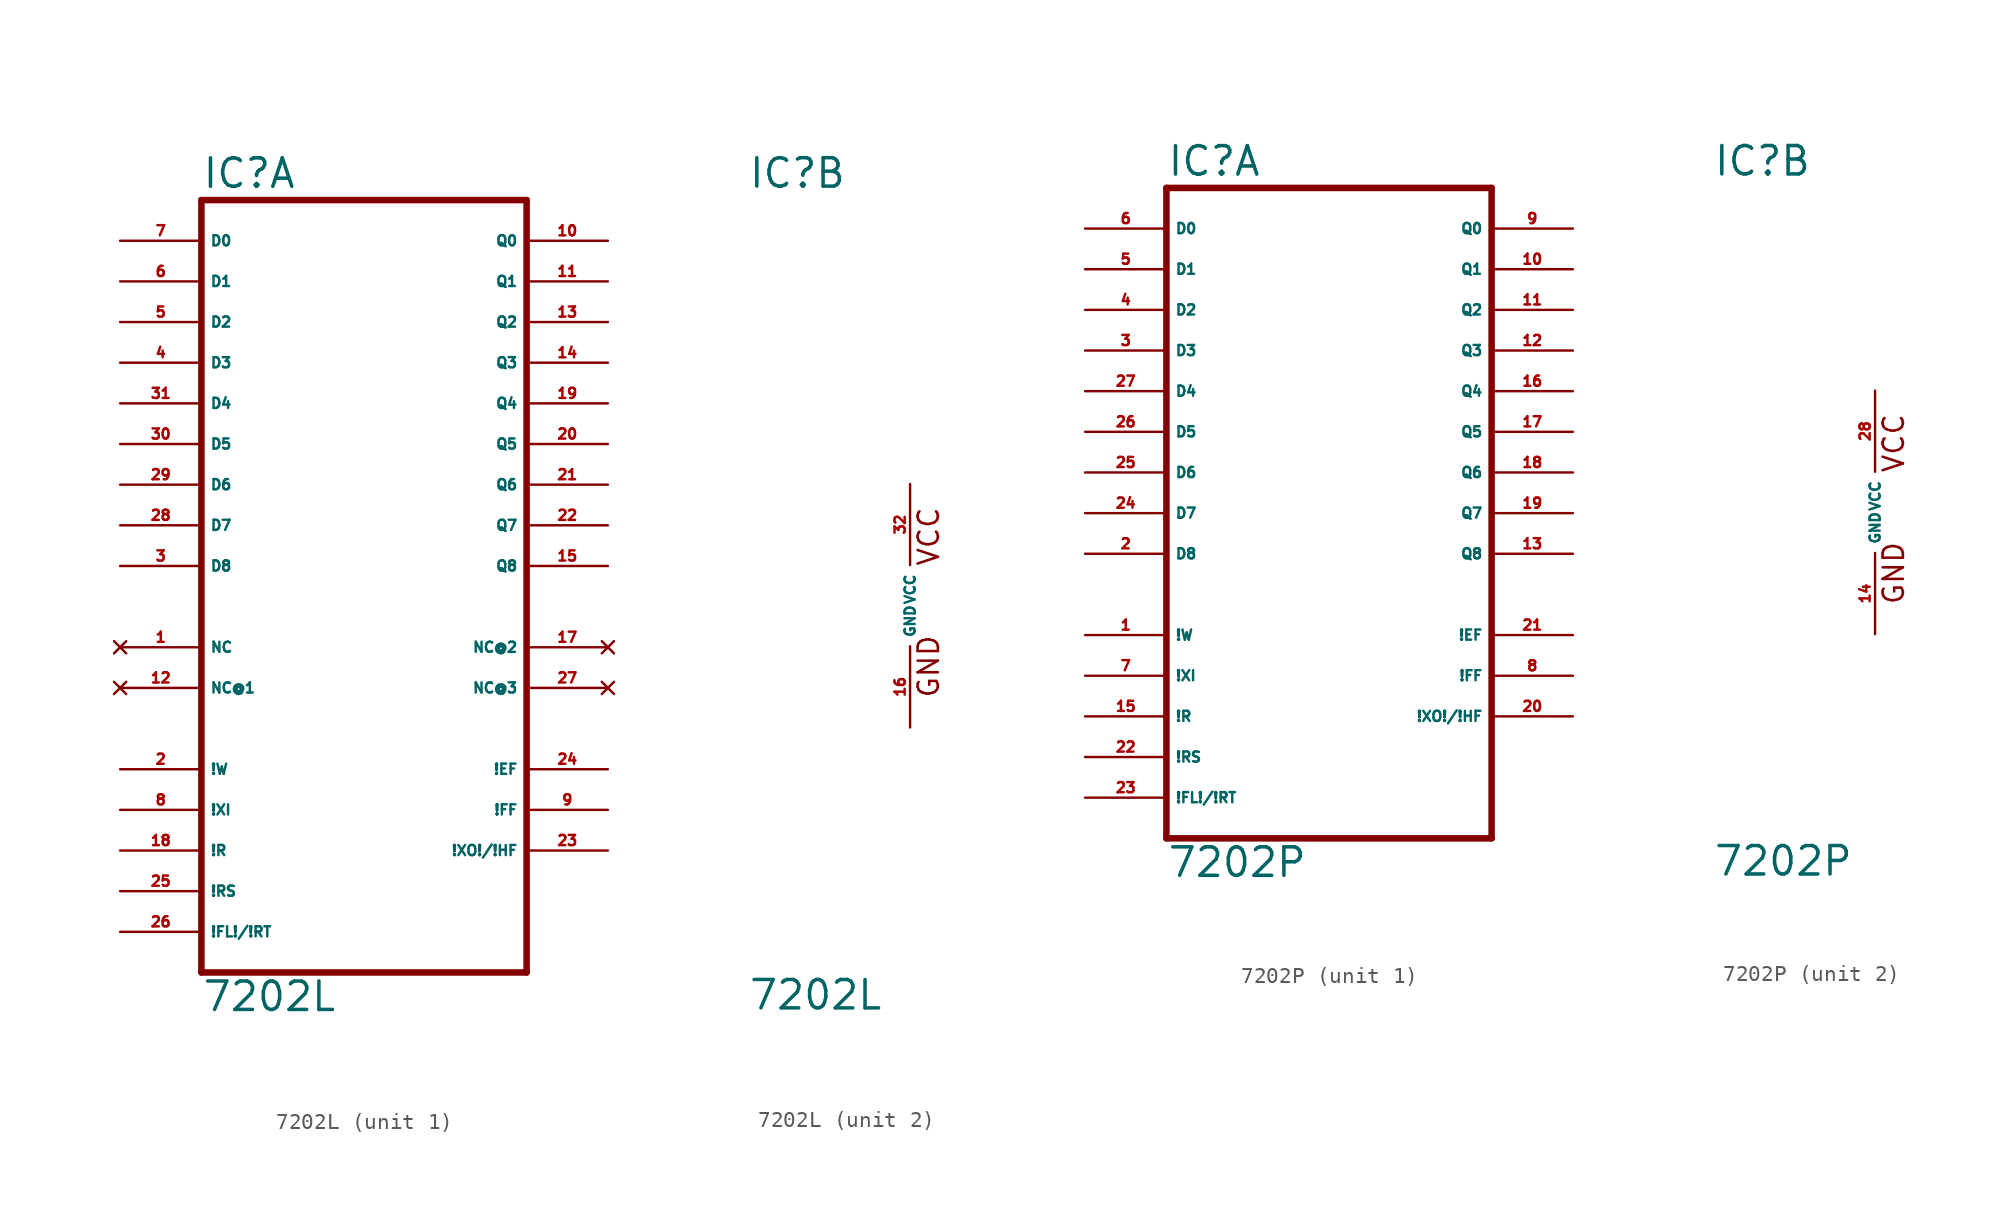
<source format=kicad_sym>
(kicad_symbol_lib
  (version 20220914)
  (generator Eagle2Kicad)
  (symbol "7202L"
    (property "Reference" "IC"
      (at -10.16 26.035 0)
      (effects (font (size 1.778 1.778) (thickness 0.22)) (justify left bottom)))
    (property "Value" "7202L"
      (at -10.16 -25.4 0)
      (effects (font (size 1.778 1.778) (thickness 0.22)) (justify left bottom)))
    (symbol "7202L_1_0"
      (polyline (pts (xy -10.16 -22.86) (xy 10.16 -22.86)) (stroke (width 0.406) (type default)) (fill (type none)))
      (polyline (pts (xy 10.16 -22.86) (xy 10.16 25.4)) (stroke (width 0.406) (type default)) (fill (type none)))
      (polyline (pts (xy 10.16 25.4) (xy -10.16 25.4)) (stroke (width 0.406) (type default)) (fill (type none)))
      (polyline (pts (xy -10.16 25.4) (xy -10.16 -22.86)) (stroke (width 0.406) (type default)) (fill (type none)))
      (pin input line (at -15.24 22.86 0) (length 5.08) (name "D0" (effects (font (size 0.635 0.635) (thickness 0.08)) (justify left bottom))) (number "7" (effects (font (size 0.635 0.635) (thickness 0.08)) (justify left bottom))))
      (pin input line (at -15.24 20.32 0) (length 5.08) (name "D1" (effects (font (size 0.635 0.635) (thickness 0.08)) (justify left bottom))) (number "6" (effects (font (size 0.635 0.635) (thickness 0.08)) (justify left bottom))))
      (pin input line (at -15.24 17.78 0) (length 5.08) (name "D2" (effects (font (size 0.635 0.635) (thickness 0.08)) (justify left bottom))) (number "5" (effects (font (size 0.635 0.635) (thickness 0.08)) (justify left bottom))))
      (pin input line (at -15.24 15.24 0) (length 5.08) (name "D3" (effects (font (size 0.635 0.635) (thickness 0.08)) (justify left bottom))) (number "4" (effects (font (size 0.635 0.635) (thickness 0.08)) (justify left bottom))))
      (pin input line (at -15.24 12.7 0) (length 5.08) (name "D4" (effects (font (size 0.635 0.635) (thickness 0.08)) (justify left bottom))) (number "31" (effects (font (size 0.635 0.635) (thickness 0.08)) (justify left bottom))))
      (pin input line (at -15.24 10.16 0) (length 5.08) (name "D5" (effects (font (size 0.635 0.635) (thickness 0.08)) (justify left bottom))) (number "30" (effects (font (size 0.635 0.635) (thickness 0.08)) (justify left bottom))))
      (pin input line (at -15.24 7.62 0) (length 5.08) (name "D6" (effects (font (size 0.635 0.635) (thickness 0.08)) (justify left bottom))) (number "29" (effects (font (size 0.635 0.635) (thickness 0.08)) (justify left bottom))))
      (pin input line (at -15.24 5.08 0) (length 5.08) (name "D7" (effects (font (size 0.635 0.635) (thickness 0.08)) (justify left bottom))) (number "28" (effects (font (size 0.635 0.635) (thickness 0.08)) (justify left bottom))))
      (pin input line (at -15.24 2.54 0) (length 5.08) (name "D8" (effects (font (size 0.635 0.635) (thickness 0.08)) (justify left bottom))) (number "3" (effects (font (size 0.635 0.635) (thickness 0.08)) (justify left bottom))))
      (pin input line (at -15.24 -10.16 0) (length 5.08) (name "!W" (effects (font (size 0.635 0.635) (thickness 0.08)) (justify left bottom))) (number "2" (effects (font (size 0.635 0.635) (thickness 0.08)) (justify left bottom))))
      (pin input line (at -15.24 -12.7 0) (length 5.08) (name "!XI" (effects (font (size 0.635 0.635) (thickness 0.08)) (justify left bottom))) (number "8" (effects (font (size 0.635 0.635) (thickness 0.08)) (justify left bottom))))
      (pin input line (at -15.24 -15.24 0) (length 5.08) (name "!R" (effects (font (size 0.635 0.635) (thickness 0.08)) (justify left bottom))) (number "18" (effects (font (size 0.635 0.635) (thickness 0.08)) (justify left bottom))))
      (pin input line (at -15.24 -17.78 0) (length 5.08) (name "!RS" (effects (font (size 0.635 0.635) (thickness 0.08)) (justify left bottom))) (number "25" (effects (font (size 0.635 0.635) (thickness 0.08)) (justify left bottom))))
      (pin input line (at -15.24 -20.32 0) (length 5.08) (name "!FL!/!RT" (effects (font (size 0.635 0.635) (thickness 0.08)) (justify left bottom))) (number "26" (effects (font (size 0.635 0.635) (thickness 0.08)) (justify left bottom))))
      (pin output line (at 15.24 22.86 180) (length 5.08) (name "Q0" (effects (font (size 0.635 0.635) (thickness 0.08)) (justify left bottom))) (number "10" (effects (font (size 0.635 0.635) (thickness 0.08)) (justify left bottom))))
      (pin output line (at 15.24 20.32 180) (length 5.08) (name "Q1" (effects (font (size 0.635 0.635) (thickness 0.08)) (justify left bottom))) (number "11" (effects (font (size 0.635 0.635) (thickness 0.08)) (justify left bottom))))
      (pin output line (at 15.24 17.78 180) (length 5.08) (name "Q2" (effects (font (size 0.635 0.635) (thickness 0.08)) (justify left bottom))) (number "13" (effects (font (size 0.635 0.635) (thickness 0.08)) (justify left bottom))))
      (pin output line (at 15.24 15.24 180) (length 5.08) (name "Q3" (effects (font (size 0.635 0.635) (thickness 0.08)) (justify left bottom))) (number "14" (effects (font (size 0.635 0.635) (thickness 0.08)) (justify left bottom))))
      (pin output line (at 15.24 12.7 180) (length 5.08) (name "Q4" (effects (font (size 0.635 0.635) (thickness 0.08)) (justify left bottom))) (number "19" (effects (font (size 0.635 0.635) (thickness 0.08)) (justify left bottom))))
      (pin output line (at 15.24 10.16 180) (length 5.08) (name "Q5" (effects (font (size 0.635 0.635) (thickness 0.08)) (justify left bottom))) (number "20" (effects (font (size 0.635 0.635) (thickness 0.08)) (justify left bottom))))
      (pin output line (at 15.24 7.62 180) (length 5.08) (name "Q6" (effects (font (size 0.635 0.635) (thickness 0.08)) (justify left bottom))) (number "21" (effects (font (size 0.635 0.635) (thickness 0.08)) (justify left bottom))))
      (pin output line (at 15.24 5.08 180) (length 5.08) (name "Q7" (effects (font (size 0.635 0.635) (thickness 0.08)) (justify left bottom))) (number "22" (effects (font (size 0.635 0.635) (thickness 0.08)) (justify left bottom))))
      (pin output line (at 15.24 2.54 180) (length 5.08) (name "Q8" (effects (font (size 0.635 0.635) (thickness 0.08)) (justify left bottom))) (number "15" (effects (font (size 0.635 0.635) (thickness 0.08)) (justify left bottom))))
      (pin output line (at 15.24 -10.16 180) (length 5.08) (name "!EF" (effects (font (size 0.635 0.635) (thickness 0.08)) (justify left bottom))) (number "24" (effects (font (size 0.635 0.635) (thickness 0.08)) (justify left bottom))))
      (pin output line (at 15.24 -12.7 180) (length 5.08) (name "!FF" (effects (font (size 0.635 0.635) (thickness 0.08)) (justify left bottom))) (number "9" (effects (font (size 0.635 0.635) (thickness 0.08)) (justify left bottom))))
      (pin output line (at 15.24 -15.24 180) (length 5.08) (name "!XO!/!HF" (effects (font (size 0.635 0.635) (thickness 0.08)) (justify left bottom))) (number "23" (effects (font (size 0.635 0.635) (thickness 0.08)) (justify left bottom))))
      (pin no_connect line (at -15.24 -2.54 0) (length 5.08) (name "NC" (effects (font (size 0.635 0.635) (thickness 0.08)) (justify left bottom) hide)) (number "1" (effects (font (size 0.635 0.635) (thickness 0.08)) (justify left bottom) hide)))
      (pin no_connect line (at -15.24 -5.08 0) (length 5.08) (name "NC@1" (effects (font (size 0.635 0.635) (thickness 0.08)) (justify left bottom) hide)) (number "12" (effects (font (size 0.635 0.635) (thickness 0.08)) (justify left bottom) hide)))
      (pin no_connect line (at 15.24 -2.54 180) (length 5.08) (name "NC@2" (effects (font (size 0.635 0.635) (thickness 0.08)) (justify left bottom) hide)) (number "17" (effects (font (size 0.635 0.635) (thickness 0.08)) (justify left bottom) hide)))
      (pin no_connect line (at 15.24 -5.08 180) (length 5.08) (name "NC@3" (effects (font (size 0.635 0.635) (thickness 0.08)) (justify left bottom) hide)) (number "27" (effects (font (size 0.635 0.635) (thickness 0.08)) (justify left bottom) hide))))
    (symbol "7202L_2_0"
      (text "GND" (at 1.905 -5.842 900) (effects (font (size 1.27 1.27) (thickness 0.16)) (justify left bottom)))
      (text "VCC" (at 1.905 2.413 900) (effects (font (size 1.27 1.27) (thickness 0.16)) (justify left bottom)))
      (pin unspecified line (at 0 7.62 270) (length 5.08) (name "VCC" (effects (font (size 0.635 0.635) (thickness 0.08)) (justify left bottom))) (number "32" (effects (font (size 0.635 0.635) (thickness 0.08)) (justify left bottom))))
      (pin unspecified line (at 0 -7.62 90) (length 5.08) (name "GND" (effects (font (size 0.635 0.635) (thickness 0.08)) (justify left bottom))) (number "16" (effects (font (size 0.635 0.635) (thickness 0.08)) (justify left bottom))))))
  (symbol "7202P"
    (property "Reference" "IC"
      (at -10.16 20.955 0)
      (effects (font (size 1.778 1.778) (thickness 0.22)) (justify left bottom)))
    (property "Value" "7202P"
      (at -10.16 -22.86 0)
      (effects (font (size 1.778 1.778) (thickness 0.22)) (justify left bottom)))
    (symbol "7202P_1_0"
      (polyline (pts (xy -10.16 -20.32) (xy 10.16 -20.32)) (stroke (width 0.406) (type default)) (fill (type none)))
      (polyline (pts (xy 10.16 -20.32) (xy 10.16 20.32)) (stroke (width 0.406) (type default)) (fill (type none)))
      (polyline (pts (xy 10.16 20.32) (xy -10.16 20.32)) (stroke (width 0.406) (type default)) (fill (type none)))
      (polyline (pts (xy -10.16 20.32) (xy -10.16 -20.32)) (stroke (width 0.406) (type default)) (fill (type none)))
      (pin input line (at -15.24 17.78 0) (length 5.08) (name "D0" (effects (font (size 0.635 0.635) (thickness 0.08)) (justify left bottom))) (number "6" (effects (font (size 0.635 0.635) (thickness 0.08)) (justify left bottom))))
      (pin input line (at -15.24 15.24 0) (length 5.08) (name "D1" (effects (font (size 0.635 0.635) (thickness 0.08)) (justify left bottom))) (number "5" (effects (font (size 0.635 0.635) (thickness 0.08)) (justify left bottom))))
      (pin input line (at -15.24 12.7 0) (length 5.08) (name "D2" (effects (font (size 0.635 0.635) (thickness 0.08)) (justify left bottom))) (number "4" (effects (font (size 0.635 0.635) (thickness 0.08)) (justify left bottom))))
      (pin input line (at -15.24 10.16 0) (length 5.08) (name "D3" (effects (font (size 0.635 0.635) (thickness 0.08)) (justify left bottom))) (number "3" (effects (font (size 0.635 0.635) (thickness 0.08)) (justify left bottom))))
      (pin input line (at -15.24 7.62 0) (length 5.08) (name "D4" (effects (font (size 0.635 0.635) (thickness 0.08)) (justify left bottom))) (number "27" (effects (font (size 0.635 0.635) (thickness 0.08)) (justify left bottom))))
      (pin input line (at -15.24 5.08 0) (length 5.08) (name "D5" (effects (font (size 0.635 0.635) (thickness 0.08)) (justify left bottom))) (number "26" (effects (font (size 0.635 0.635) (thickness 0.08)) (justify left bottom))))
      (pin input line (at -15.24 2.54 0) (length 5.08) (name "D6" (effects (font (size 0.635 0.635) (thickness 0.08)) (justify left bottom))) (number "25" (effects (font (size 0.635 0.635) (thickness 0.08)) (justify left bottom))))
      (pin input line (at -15.24 0 0) (length 5.08) (name "D7" (effects (font (size 0.635 0.635) (thickness 0.08)) (justify left bottom))) (number "24" (effects (font (size 0.635 0.635) (thickness 0.08)) (justify left bottom))))
      (pin input line (at -15.24 -2.54 0) (length 5.08) (name "D8" (effects (font (size 0.635 0.635) (thickness 0.08)) (justify left bottom))) (number "2" (effects (font (size 0.635 0.635) (thickness 0.08)) (justify left bottom))))
      (pin input line (at -15.24 -7.62 0) (length 5.08) (name "!W" (effects (font (size 0.635 0.635) (thickness 0.08)) (justify left bottom))) (number "1" (effects (font (size 0.635 0.635) (thickness 0.08)) (justify left bottom))))
      (pin input line (at -15.24 -10.16 0) (length 5.08) (name "!XI" (effects (font (size 0.635 0.635) (thickness 0.08)) (justify left bottom))) (number "7" (effects (font (size 0.635 0.635) (thickness 0.08)) (justify left bottom))))
      (pin input line (at -15.24 -12.7 0) (length 5.08) (name "!R" (effects (font (size 0.635 0.635) (thickness 0.08)) (justify left bottom))) (number "15" (effects (font (size 0.635 0.635) (thickness 0.08)) (justify left bottom))))
      (pin input line (at -15.24 -15.24 0) (length 5.08) (name "!RS" (effects (font (size 0.635 0.635) (thickness 0.08)) (justify left bottom))) (number "22" (effects (font (size 0.635 0.635) (thickness 0.08)) (justify left bottom))))
      (pin input line (at -15.24 -17.78 0) (length 5.08) (name "!FL!/!RT" (effects (font (size 0.635 0.635) (thickness 0.08)) (justify left bottom))) (number "23" (effects (font (size 0.635 0.635) (thickness 0.08)) (justify left bottom))))
      (pin output line (at 15.24 17.78 180) (length 5.08) (name "Q0" (effects (font (size 0.635 0.635) (thickness 0.08)) (justify left bottom))) (number "9" (effects (font (size 0.635 0.635) (thickness 0.08)) (justify left bottom))))
      (pin output line (at 15.24 15.24 180) (length 5.08) (name "Q1" (effects (font (size 0.635 0.635) (thickness 0.08)) (justify left bottom))) (number "10" (effects (font (size 0.635 0.635) (thickness 0.08)) (justify left bottom))))
      (pin output line (at 15.24 12.7 180) (length 5.08) (name "Q2" (effects (font (size 0.635 0.635) (thickness 0.08)) (justify left bottom))) (number "11" (effects (font (size 0.635 0.635) (thickness 0.08)) (justify left bottom))))
      (pin output line (at 15.24 10.16 180) (length 5.08) (name "Q3" (effects (font (size 0.635 0.635) (thickness 0.08)) (justify left bottom))) (number "12" (effects (font (size 0.635 0.635) (thickness 0.08)) (justify left bottom))))
      (pin output line (at 15.24 7.62 180) (length 5.08) (name "Q4" (effects (font (size 0.635 0.635) (thickness 0.08)) (justify left bottom))) (number "16" (effects (font (size 0.635 0.635) (thickness 0.08)) (justify left bottom))))
      (pin output line (at 15.24 5.08 180) (length 5.08) (name "Q5" (effects (font (size 0.635 0.635) (thickness 0.08)) (justify left bottom))) (number "17" (effects (font (size 0.635 0.635) (thickness 0.08)) (justify left bottom))))
      (pin output line (at 15.24 2.54 180) (length 5.08) (name "Q6" (effects (font (size 0.635 0.635) (thickness 0.08)) (justify left bottom))) (number "18" (effects (font (size 0.635 0.635) (thickness 0.08)) (justify left bottom))))
      (pin output line (at 15.24 0 180) (length 5.08) (name "Q7" (effects (font (size 0.635 0.635) (thickness 0.08)) (justify left bottom))) (number "19" (effects (font (size 0.635 0.635) (thickness 0.08)) (justify left bottom))))
      (pin output line (at 15.24 -2.54 180) (length 5.08) (name "Q8" (effects (font (size 0.635 0.635) (thickness 0.08)) (justify left bottom))) (number "13" (effects (font (size 0.635 0.635) (thickness 0.08)) (justify left bottom))))
      (pin output line (at 15.24 -7.62 180) (length 5.08) (name "!EF" (effects (font (size 0.635 0.635) (thickness 0.08)) (justify left bottom))) (number "21" (effects (font (size 0.635 0.635) (thickness 0.08)) (justify left bottom))))
      (pin output line (at 15.24 -10.16 180) (length 5.08) (name "!FF" (effects (font (size 0.635 0.635) (thickness 0.08)) (justify left bottom))) (number "8" (effects (font (size 0.635 0.635) (thickness 0.08)) (justify left bottom))))
      (pin output line (at 15.24 -12.7 180) (length 5.08) (name "!XO!/!HF" (effects (font (size 0.635 0.635) (thickness 0.08)) (justify left bottom))) (number "20" (effects (font (size 0.635 0.635) (thickness 0.08)) (justify left bottom)))))
    (symbol "7202P_2_0"
      (text "GND" (at 1.905 -5.842 900) (effects (font (size 1.27 1.27) (thickness 0.16)) (justify left bottom)))
      (text "VCC" (at 1.905 2.413 900) (effects (font (size 1.27 1.27) (thickness 0.16)) (justify left bottom)))
      (pin unspecified line (at 0 7.62 270) (length 5.08) (name "VCC" (effects (font (size 0.635 0.635) (thickness 0.08)) (justify left bottom))) (number "28" (effects (font (size 0.635 0.635) (thickness 0.08)) (justify left bottom))))
      (pin unspecified line (at 0 -7.62 90) (length 5.08) (name "GND" (effects (font (size 0.635 0.635) (thickness 0.08)) (justify left bottom))) (number "14" (effects (font (size 0.635 0.635) (thickness 0.08)) (justify left bottom)))))))
</source>
